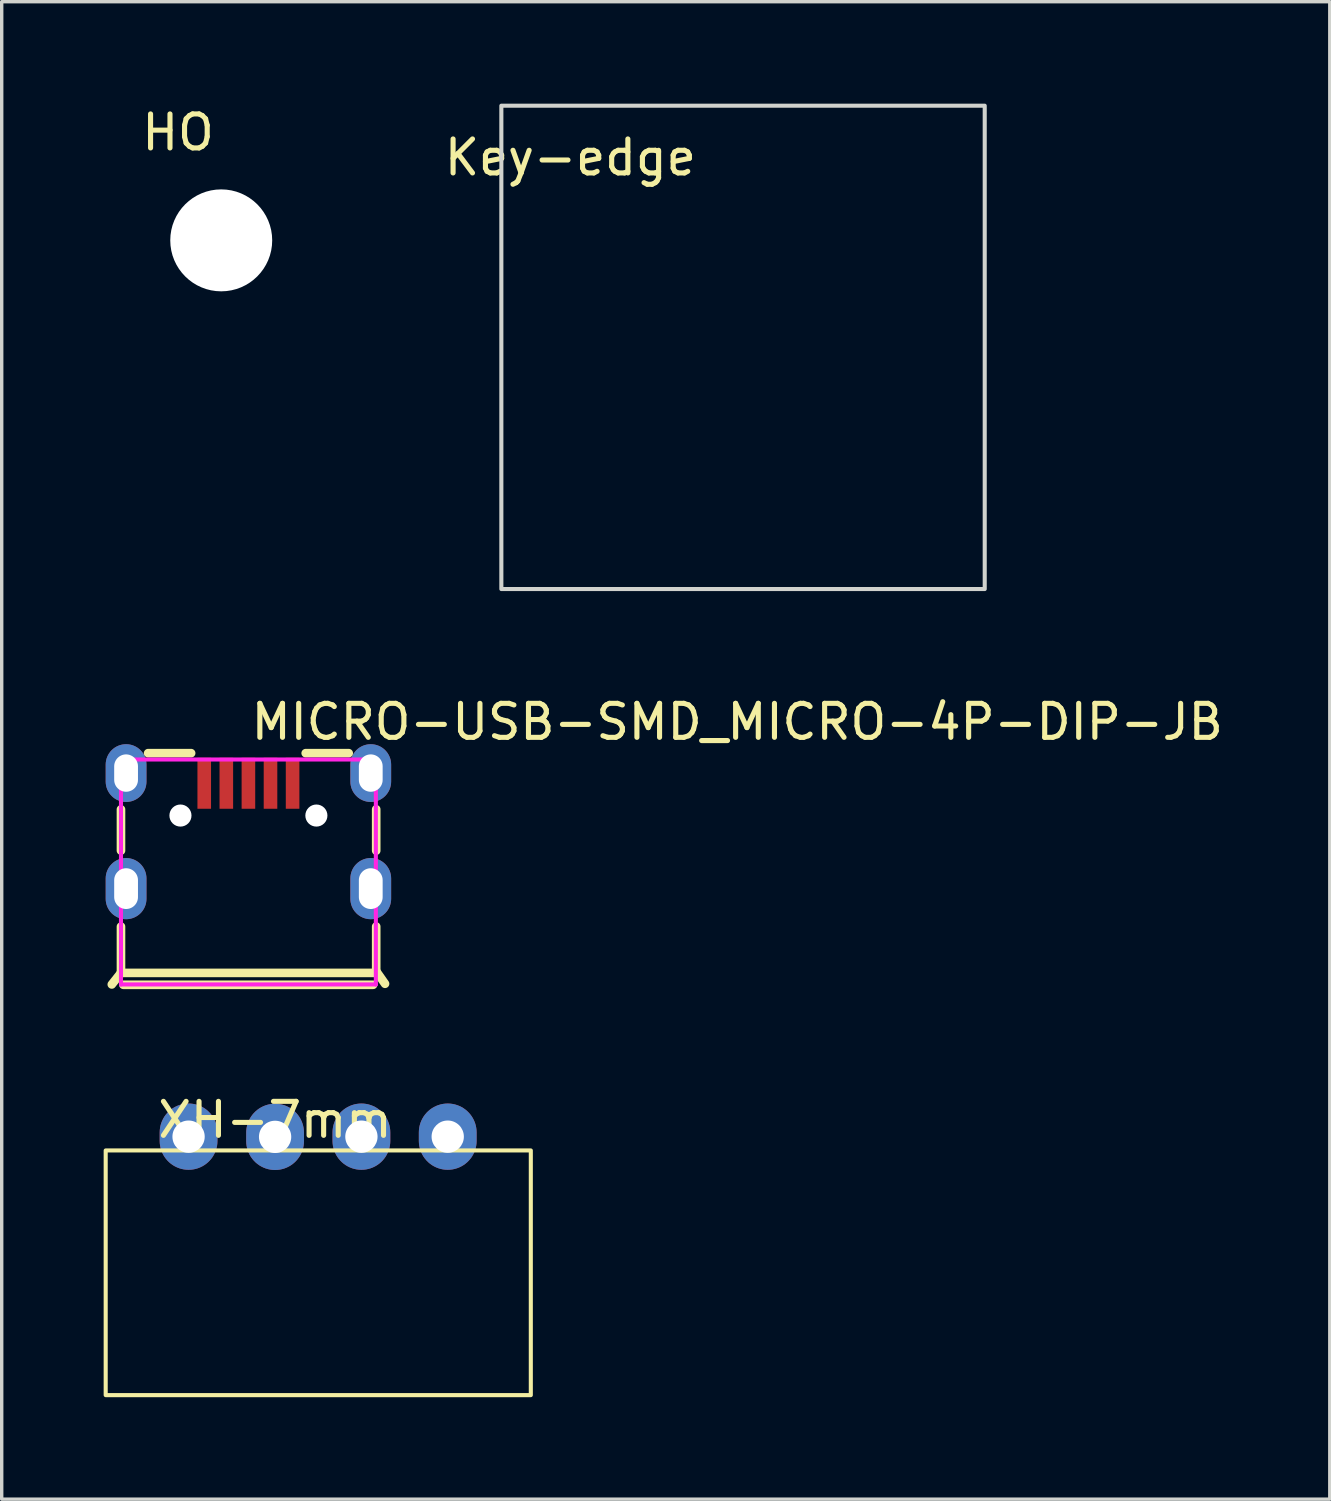
<source format=kicad_pcb>
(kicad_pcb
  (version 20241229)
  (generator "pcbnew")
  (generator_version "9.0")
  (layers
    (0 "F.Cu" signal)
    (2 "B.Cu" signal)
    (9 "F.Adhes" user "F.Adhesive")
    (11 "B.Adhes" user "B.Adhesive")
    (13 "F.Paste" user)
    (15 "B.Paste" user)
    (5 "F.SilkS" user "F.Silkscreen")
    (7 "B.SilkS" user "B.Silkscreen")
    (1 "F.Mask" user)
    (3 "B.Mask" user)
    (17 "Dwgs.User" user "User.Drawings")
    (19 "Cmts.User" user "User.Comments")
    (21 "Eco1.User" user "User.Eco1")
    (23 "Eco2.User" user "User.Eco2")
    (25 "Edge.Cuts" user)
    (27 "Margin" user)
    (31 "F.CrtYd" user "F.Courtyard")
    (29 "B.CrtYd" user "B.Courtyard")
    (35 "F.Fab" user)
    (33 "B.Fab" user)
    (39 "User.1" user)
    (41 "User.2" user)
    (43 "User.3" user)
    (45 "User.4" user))
  (footprint "HO"
    (layer "F.Cu")
    (at 3.46 4.023)
    (property "Reference" "HO" (at -1.27 -3.175 0) (unlocked yes) (layer "F.SilkS") (effects (font (size 1 1) (thickness 0.15))))
    (attr through_hole)
    (fp_circle (center 0 0) (end 3.4 0) (stroke (width 0.12) (type solid)) (fill yes) (layer "F.Mask"))
    (fp_circle (center 0 0) (end 3.4 0) (stroke (width 0.12) (type solid)) (fill yes) (layer "B.Mask"))
    (pad "" np_thru_hole circle (at 0 0) (size 3 3) (drill 3) (layers "*.Cu" "*.Mask")))
  (footprint "Key-edge"
    (layer "F.Cu")
    (at 18.815 7.172)
    (property "Reference" "Key-edge" (at -5.08 -5.588 0) (unlocked yes) (layer "F.SilkS") (effects (font (size 1 1) (thickness 0.15))))
    (attr board_only exclude_from_bom)
    (fp_rect (start -7.112 -7.112) (end 7.112 7.112) (stroke (width 0.12) (type solid)) (fill no) (layer "Edge.Cuts")))
  (footprint "XH-7mm"
    (layer "F.Cu")
    (at 5.045 30.404)
    (property "Reference" "XH-7mm" (at 0 -0.5 0) (unlocked yes) (layer "F.SilkS") (effects (font (size 1 1) (thickness 0.15))))
    (attr through_hole)
    (fp_rect (start 7.525 0.4) (end -4.985 7.6) (stroke (width 0.12) (type solid)) (fill no) (layer "F.SilkS"))
    (pad "1" thru_hole oval (at -2.546 -0.006) (size 1.7 1.95) (drill 0.95) (layers "*.Cu" "*.Mask"))
    (pad "2" thru_hole oval (at 0 0) (size 1.7 1.95) (drill 0.95) (layers "*.Cu" "*.Mask"))
    (pad "3" thru_hole oval (at 2.54 -0.006) (size 1.7 1.95) (drill 0.95) (layers "*.Cu" "*.Mask"))
    (pad "4" thru_hole oval (at 5.08 -0.006) (size 1.7 1.95) (drill 0.95) (layers "*.Cu" "*.Mask")))
  (footprint "MICRO-USB-SMD_MICRO-4P-DIP-JB"
    (layer "F.Cu")
    (at 4.26 21.399)
    (property "Reference" "MICRO-USB-SMD_MICRO-4P-DIP-JB" (at 0 -3.207 0) (layer "F.SilkS") (effects (font (size 1 1) (thickness 0.15)) (justify left)))
    (attr through_hole)
    (fp_line (start -3.75 -0.632) (end -3.75 0.582) (stroke (width 0.254) (type solid)) (layer "F.SilkS"))
    (fp_line (start -3.75 2.817) (end -3.75 4.18) (stroke (width 0.254) (type solid)) (layer "F.SilkS"))
    (fp_line (start -3.75 4.18) (end -4.02 4.52) (stroke (width 0.254) (type solid)) (layer "F.SilkS"))
    (fp_line (start -3.75 4.18) (end 3.76 4.18) (stroke (width 0.254) (type solid)) (layer "F.SilkS"))
    (fp_line (start -3.68 4.53) (end 3.67 4.53) (stroke (width 0.254) (type solid)) (layer "F.SilkS"))
    (fp_line (start -1.686 -2.286) (end -2.951 -2.286) (stroke (width 0.254) (type solid)) (layer "F.SilkS"))
    (fp_line (start 2.951 -2.286) (end 1.686 -2.286) (stroke (width 0.254) (type solid)) (layer "F.SilkS"))
    (fp_line (start 3.76 -0.634) (end 3.76 0.584) (stroke (width 0.254) (type solid)) (layer "F.SilkS"))
    (fp_line (start 3.76 2.815) (end 3.76 4.13) (stroke (width 0.254) (type solid)) (layer "F.SilkS"))
    (fp_line (start 3.76 4.13) (end 4.02 4.5) (stroke (width 0.254) (type solid)) (layer "F.SilkS"))
    (fp_poly (pts (xy -1.1 -0.65) (xy -1.1 -2.15) (xy -1.5 -2.15) (xy -1.5 -0.65)) (stroke (width 0.12) (type solid)) (fill yes) (layer "F.Paste"))
    (fp_poly (pts (xy -0.85 -2.15) (xy -0.85 -0.65) (xy -0.45 -0.65) (xy -0.45 -2.15)) (stroke (width 0.12) (type solid)) (fill yes) (layer "F.Paste"))
    (fp_poly (pts (xy 0.2 -0.65) (xy 0.2 -2.15) (xy -0.2 -2.15) (xy -0.2 -0.65)) (stroke (width 0.12) (type solid)) (fill yes) (layer "F.Paste"))
    (fp_poly (pts (xy 0.85 -0.65) (xy 0.85 -2.15) (xy 0.45 -2.15) (xy 0.45 -0.65)) (stroke (width 0.12) (type solid)) (fill yes) (layer "F.Paste"))
    (fp_poly (pts (xy 1.5 -0.65) (xy 1.5 -2.15) (xy 1.1 -2.15) (xy 1.1 -0.65)) (stroke (width 0.12) (type solid)) (fill yes) (layer "F.Paste"))
    (fp_poly (pts (xy -3.615 0.8) (xy -3.645 0.802) (xy -3.675 0.805) (xy -3.704 0.809) (xy -3.734 0.815) (xy -3.763 0.822) (xy -3.791 0.831) (xy -3.819 0.841) (xy -3.847 0.853) (xy -3.874 0.866) (xy -3.9 0.88) (xy -3.926 0.896) (xy -3.95 0.913) (xy -3.974 0.931) (xy -3.997 0.95) (xy -4.019 0.97) (xy -4.04 0.992) (xy -4.06 1.014) (xy -4.078 1.038) (xy -4.096 1.062) (xy -4.112 1.087) (xy -4.127 1.113) (xy -4.141 1.14) (xy -4.153 1.167) (xy -4.164 1.195) (xy -4.173 1.223) (xy -4.182 1.252) (xy -4.188 1.281) (xy -4.193 1.31) (xy -4.197 1.34) (xy -4.199 1.37) (xy -4.2 1.4) (xy -4.2 2) (xy -4.199 2.03) (xy -4.197 2.06) (xy -4.193 2.089) (xy -4.188 2.119) (xy -4.182 2.148) (xy -4.173 2.177) (xy -4.164 2.205) (xy -4.153 2.233) (xy -4.141 2.26) (xy -4.127 2.287) (xy -4.112 2.313) (xy -4.096 2.338) (xy -4.078 2.362) (xy -4.06 2.386) (xy -4.04 2.408) (xy -4.019 2.429) (xy -3.997 2.45) (xy -3.974 2.469) (xy -3.95 2.487) (xy -3.926 2.504) (xy -3.9 2.52) (xy -3.874 2.534) (xy -3.847 2.547) (xy -3.819 2.558) (xy -3.791 2.569) (xy -3.763 2.577) (xy -3.734 2.585) (xy -3.704 2.591) (xy -3.675 2.595) (xy -3.645 2.598) (xy -3.615 2.6) (xy -3.585 2.6) (xy -3.555 2.598) (xy -3.525 2.595) (xy -3.496 2.591) (xy -3.467 2.585) (xy -3.438 2.577) (xy -3.409 2.569) (xy -3.381 2.558) (xy -3.353 2.547) (xy -3.326 2.534) (xy -3.3 2.52) (xy -3.275 2.504) (xy -3.25 2.487) (xy -3.226 2.469) (xy -3.203 2.45) (xy -3.181 2.429) (xy -3.16 2.408) (xy -3.14 2.386) (xy -3.122 2.362) (xy -3.104 2.338) (xy -3.088 2.313) (xy -3.073 2.287) (xy -3.059 2.26) (xy -3.047 2.233) (xy -3.036 2.205) (xy -3.027 2.177) (xy -3.019 2.148) (xy -3.012 2.119) (xy -3.007 2.089) (xy -3.003 2.06) (xy -3.001 2.03) (xy -3 2) (xy -3 1.4) (xy -3.001 1.37) (xy -3.003 1.34) (xy -3.007 1.31) (xy -3.012 1.281) (xy -3.019 1.252) (xy -3.027 1.223) (xy -3.036 1.195) (xy -3.047 1.167) (xy -3.059 1.14) (xy -3.073 1.113) (xy -3.088 1.087) (xy -3.104 1.062) (xy -3.122 1.038) (xy -3.14 1.014) (xy -3.16 0.992) (xy -3.181 0.97) (xy -3.203 0.95) (xy -3.226 0.931) (xy -3.25 0.913) (xy -3.275 0.896) (xy -3.3 0.88) (xy -3.326 0.866) (xy -3.353 0.853) (xy -3.381 0.841) (xy -3.409 0.831) (xy -3.438 0.822) (xy -3.467 0.815) (xy -3.496 0.809) (xy -3.525 0.805) (xy -3.555 0.802) (xy -3.585 0.8)) (stroke (width 0.12) (type solid)) (fill yes) (layer "F.Paste"))
    (fp_poly (pts (xy -3.555 -2.548) (xy -3.585 -2.55) (xy -3.615 -2.55) (xy -3.645 -2.548) (xy -3.675 -2.545) (xy -3.704 -2.541) (xy -3.734 -2.535) (xy -3.763 -2.527) (xy -3.791 -2.519) (xy -3.819 -2.508) (xy -3.847 -2.497) (xy -3.874 -2.484) (xy -3.9 -2.47) (xy -3.926 -2.454) (xy -3.95 -2.437) (xy -3.974 -2.419) (xy -3.997 -2.4) (xy -4.019 -2.379) (xy -4.04 -2.358) (xy -4.06 -2.336) (xy -4.078 -2.312) (xy -4.096 -2.288) (xy -4.112 -2.263) (xy -4.127 -2.237) (xy -4.141 -2.21) (xy -4.153 -2.183) (xy -4.164 -2.155) (xy -4.173 -2.127) (xy -4.182 -2.098) (xy -4.188 -2.069) (xy -4.193 -2.039) (xy -4.197 -2.01) (xy -4.199 -1.98) (xy -4.2 -1.95) (xy -4.2 -1.45) (xy -4.199 -1.42) (xy -4.197 -1.39) (xy -4.193 -1.36) (xy -4.188 -1.331) (xy -4.182 -1.302) (xy -4.173 -1.273) (xy -4.164 -1.245) (xy -4.153 -1.217) (xy -4.141 -1.19) (xy -4.127 -1.163) (xy -4.112 -1.137) (xy -4.096 -1.112) (xy -4.078 -1.088) (xy -4.06 -1.064) (xy -4.04 -1.042) (xy -4.019 -1.02) (xy -3.997 -1) (xy -3.974 -0.981) (xy -3.95 -0.963) (xy -3.926 -0.946) (xy -3.9 -0.93) (xy -3.874 -0.916) (xy -3.847 -0.903) (xy -3.819 -0.891) (xy -3.791 -0.881) (xy -3.763 -0.872) (xy -3.734 -0.865) (xy -3.704 -0.859) (xy -3.675 -0.855) (xy -3.645 -0.852) (xy -3.615 -0.85) (xy -3.585 -0.85) (xy -3.555 -0.852) (xy -3.525 -0.855) (xy -3.496 -0.859) (xy -3.467 -0.865) (xy -3.438 -0.872) (xy -3.409 -0.881) (xy -3.381 -0.891) (xy -3.353 -0.903) (xy -3.326 -0.916) (xy -3.3 -0.93) (xy -3.275 -0.946) (xy -3.25 -0.963) (xy -3.226 -0.981) (xy -3.203 -1) (xy -3.181 -1.02) (xy -3.16 -1.042) (xy -3.14 -1.064) (xy -3.122 -1.088) (xy -3.104 -1.112) (xy -3.088 -1.137) (xy -3.073 -1.163) (xy -3.059 -1.19) (xy -3.047 -1.217) (xy -3.036 -1.245) (xy -3.027 -1.273) (xy -3.019 -1.302) (xy -3.012 -1.331) (xy -3.007 -1.36) (xy -3.003 -1.39) (xy -3.001 -1.42) (xy -3 -1.45) (xy -3 -1.95) (xy -3.001 -1.98) (xy -3.003 -2.01) (xy -3.007 -2.039) (xy -3.012 -2.069) (xy -3.019 -2.098) (xy -3.027 -2.127) (xy -3.036 -2.155) (xy -3.047 -2.183) (xy -3.059 -2.21) (xy -3.073 -2.237) (xy -3.088 -2.263) (xy -3.104 -2.288) (xy -3.122 -2.312) (xy -3.14 -2.336) (xy -3.16 -2.358) (xy -3.181 -2.379) (xy -3.203 -2.4) (xy -3.226 -2.419) (xy -3.25 -2.437) (xy -3.275 -2.454) (xy -3.3 -2.47) (xy -3.326 -2.484) (xy -3.353 -2.497) (xy -3.381 -2.508) (xy -3.409 -2.519) (xy -3.438 -2.527) (xy -3.467 -2.535) (xy -3.496 -2.541) (xy -3.525 -2.545)) (stroke (width 0.12) (type solid)) (fill yes) (layer "F.Paste"))
    (fp_poly (pts (xy 3.585 -2.55) (xy 3.555 -2.548) (xy 3.525 -2.545) (xy 3.496 -2.541) (xy 3.467 -2.535) (xy 3.438 -2.527) (xy 3.409 -2.519) (xy 3.381 -2.508) (xy 3.353 -2.497) (xy 3.326 -2.484) (xy 3.3 -2.47) (xy 3.275 -2.454) (xy 3.25 -2.437) (xy 3.226 -2.419) (xy 3.203 -2.4) (xy 3.181 -2.379) (xy 3.16 -2.358) (xy 3.14 -2.336) (xy 3.122 -2.312) (xy 3.104 -2.288) (xy 3.088 -2.263) (xy 3.073 -2.237) (xy 3.059 -2.21) (xy 3.047 -2.183) (xy 3.036 -2.155) (xy 3.027 -2.127) (xy 3.019 -2.098) (xy 3.012 -2.069) (xy 3.007 -2.039) (xy 3.003 -2.01) (xy 3.001 -1.98) (xy 3 -1.95) (xy 3 -1.45) (xy 3.001 -1.42) (xy 3.003 -1.39) (xy 3.007 -1.36) (xy 3.012 -1.331) (xy 3.019 -1.302) (xy 3.027 -1.273) (xy 3.036 -1.245) (xy 3.047 -1.217) (xy 3.059 -1.19) (xy 3.073 -1.163) (xy 3.088 -1.137) (xy 3.104 -1.112) (xy 3.122 -1.088) (xy 3.14 -1.064) (xy 3.16 -1.042) (xy 3.181 -1.02) (xy 3.203 -1) (xy 3.226 -0.981) (xy 3.25 -0.963) (xy 3.275 -0.946) (xy 3.3 -0.93) (xy 3.326 -0.916) (xy 3.353 -0.903) (xy 3.381 -0.891) (xy 3.409 -0.881) (xy 3.438 -0.872) (xy 3.467 -0.865) (xy 3.496 -0.859) (xy 3.525 -0.855) (xy 3.555 -0.852) (xy 3.585 -0.85) (xy 3.615 -0.85) (xy 3.645 -0.852) (xy 3.675 -0.855) (xy 3.704 -0.859) (xy 3.734 -0.865) (xy 3.763 -0.872) (xy 3.791 -0.881) (xy 3.819 -0.891) (xy 3.847 -0.903) (xy 3.874 -0.916) (xy 3.9 -0.93) (xy 3.926 -0.946) (xy 3.95 -0.963) (xy 3.974 -0.981) (xy 3.997 -1) (xy 4.019 -1.02) (xy 4.04 -1.042) (xy 4.06 -1.064) (xy 4.078 -1.088) (xy 4.096 -1.112) (xy 4.112 -1.137) (xy 4.127 -1.163) (xy 4.141 -1.19) (xy 4.153 -1.217) (xy 4.164 -1.245) (xy 4.173 -1.273) (xy 4.182 -1.302) (xy 4.188 -1.331) (xy 4.193 -1.36) (xy 4.197 -1.39) (xy 4.199 -1.42) (xy 4.2 -1.45) (xy 4.2 -1.95) (xy 4.199 -1.98) (xy 4.197 -2.01) (xy 4.193 -2.039) (xy 4.188 -2.069) (xy 4.182 -2.098) (xy 4.173 -2.127) (xy 4.164 -2.155) (xy 4.153 -2.183) (xy 4.141 -2.21) (xy 4.127 -2.237) (xy 4.112 -2.263) (xy 4.096 -2.288) (xy 4.078 -2.312) (xy 4.06 -2.336) (xy 4.04 -2.358) (xy 4.019 -2.379) (xy 3.997 -2.4) (xy 3.974 -2.419) (xy 3.95 -2.437) (xy 3.926 -2.454) (xy 3.9 -2.47) (xy 3.874 -2.484) (xy 3.847 -2.497) (xy 3.819 -2.508) (xy 3.791 -2.519) (xy 3.763 -2.527) (xy 3.734 -2.535) (xy 3.704 -2.541) (xy 3.675 -2.545) (xy 3.645 -2.548) (xy 3.615 -2.55)) (stroke (width 0.12) (type solid)) (fill yes) (layer "F.Paste"))
    (fp_poly (pts (xy 3.645 0.802) (xy 3.615 0.8) (xy 3.585 0.8) (xy 3.555 0.802) (xy 3.525 0.805) (xy 3.496 0.809) (xy 3.467 0.815) (xy 3.438 0.822) (xy 3.409 0.831) (xy 3.381 0.841) (xy 3.353 0.853) (xy 3.326 0.866) (xy 3.3 0.88) (xy 3.275 0.896) (xy 3.25 0.913) (xy 3.226 0.931) (xy 3.203 0.95) (xy 3.181 0.97) (xy 3.16 0.992) (xy 3.14 1.014) (xy 3.122 1.038) (xy 3.104 1.062) (xy 3.088 1.087) (xy 3.073 1.113) (xy 3.059 1.14) (xy 3.047 1.167) (xy 3.036 1.195) (xy 3.027 1.223) (xy 3.019 1.252) (xy 3.012 1.281) (xy 3.007 1.31) (xy 3.003 1.34) (xy 3.001 1.37) (xy 3 1.4) (xy 3 2) (xy 3.001 2.03) (xy 3.003 2.06) (xy 3.007 2.089) (xy 3.012 2.119) (xy 3.019 2.148) (xy 3.027 2.177) (xy 3.036 2.205) (xy 3.047 2.233) (xy 3.059 2.26) (xy 3.073 2.287) (xy 3.088 2.313) (xy 3.104 2.338) (xy 3.122 2.362) (xy 3.14 2.386) (xy 3.16 2.408) (xy 3.181 2.429) (xy 3.203 2.45) (xy 3.226 2.469) (xy 3.25 2.487) (xy 3.275 2.504) (xy 3.3 2.52) (xy 3.326 2.534) (xy 3.353 2.547) (xy 3.381 2.558) (xy 3.409 2.569) (xy 3.438 2.577) (xy 3.467 2.585) (xy 3.496 2.591) (xy 3.525 2.595) (xy 3.555 2.598) (xy 3.585 2.6) (xy 3.615 2.6) (xy 3.645 2.598) (xy 3.675 2.595) (xy 3.704 2.591) (xy 3.734 2.585) (xy 3.763 2.577) (xy 3.791 2.569) (xy 3.819 2.558) (xy 3.847 2.547) (xy 3.874 2.534) (xy 3.9 2.52) (xy 3.926 2.504) (xy 3.95 2.487) (xy 3.974 2.469) (xy 3.997 2.45) (xy 4.019 2.429) (xy 4.04 2.408) (xy 4.06 2.386) (xy 4.078 2.362) (xy 4.096 2.338) (xy 4.112 2.313) (xy 4.127 2.287) (xy 4.141 2.26) (xy 4.153 2.233) (xy 4.164 2.205) (xy 4.173 2.177) (xy 4.182 2.148) (xy 4.188 2.119) (xy 4.193 2.089) (xy 4.197 2.06) (xy 4.199 2.03) (xy 4.2 2) (xy 4.2 1.4) (xy 4.199 1.37) (xy 4.197 1.34) (xy 4.193 1.31) (xy 4.188 1.281) (xy 4.182 1.252) (xy 4.173 1.223) (xy 4.164 1.195) (xy 4.153 1.167) (xy 4.141 1.14) (xy 4.127 1.113) (xy 4.112 1.087) (xy 4.096 1.062) (xy 4.078 1.038) (xy 4.06 1.014) (xy 4.04 0.992) (xy 4.019 0.97) (xy 3.997 0.95) (xy 3.974 0.931) (xy 3.95 0.913) (xy 3.926 0.896) (xy 3.9 0.88) (xy 3.874 0.866) (xy 3.847 0.853) (xy 3.819 0.841) (xy 3.791 0.831) (xy 3.763 0.822) (xy 3.734 0.815) (xy 3.704 0.809) (xy 3.675 0.805)) (stroke (width 0.12) (type solid)) (fill yes) (layer "F.Paste"))
    (fp_circle (center -2 -0.45) (end -1.887 -0.45) (stroke (width 0.226) (type solid)) (fill no) (layer "Dwgs.User"))
    (fp_circle (center 2 -0.45) (end 2.113 -0.45) (stroke (width 0.226) (type solid)) (fill no) (layer "Dwgs.User"))
    (fp_circle (center -3.75 -2.1) (end -3.72 -2.1) (stroke (width 0.06) (type solid)) (fill no) (layer "Eco2.User"))
    (fp_poly (pts (xy -3.45 -1.3) (xy -3.75 -1.3) (xy -3.75 -2.1) (xy -3.45 -2.1)) (stroke (width 0.12) (type solid)) (fill no) (layer "Eco2.User"))
    (fp_poly (pts (xy -3.45 2.15) (xy -3.75 2.15) (xy -3.75 1.25) (xy -3.45 1.25)) (stroke (width 0.12) (type solid)) (fill no) (layer "Eco2.User"))
    (fp_poly (pts (xy -1.175 -0.7) (xy -1.425 -0.7) (xy -1.425 -1.65) (xy -1.175 -1.65)) (stroke (width 0.12) (type solid)) (fill no) (layer "Eco2.User"))
    (fp_poly (pts (xy -0.525 -0.7) (xy -0.775 -0.7) (xy -0.775 -1.65) (xy -0.525 -1.65)) (stroke (width 0.12) (type solid)) (fill no) (layer "Eco2.User"))
    (fp_poly (pts (xy 0.125 -0.7) (xy -0.125 -0.7) (xy -0.125 -1.65) (xy 0.125 -1.65)) (stroke (width 0.12) (type solid)) (fill no) (layer "Eco2.User"))
    (fp_poly (pts (xy 0.775 -0.7) (xy 0.525 -0.7) (xy 0.525 -1.65) (xy 0.775 -1.65)) (stroke (width 0.12) (type solid)) (fill no) (layer "Eco2.User"))
    (fp_poly (pts (xy 1.425 -0.7) (xy 1.175 -0.7) (xy 1.175 -1.65) (xy 1.425 -1.65)) (stroke (width 0.12) (type solid)) (fill no) (layer "Eco2.User"))
    (fp_poly (pts (xy 3.75 -1.3) (xy 3.45 -1.3) (xy 3.45 -2.1) (xy 3.75 -2.1)) (stroke (width 0.12) (type solid)) (fill no) (layer "Eco2.User"))
    (fp_poly (pts (xy 3.75 2.15) (xy 3.45 2.15) (xy 3.45 1.25) (xy 3.75 1.25)) (stroke (width 0.12) (type solid)) (fill no) (layer "Eco2.User"))
    (fp_line (start -3.75 -2.1) (end 3.75 -2.1) (stroke (width 0.12) (type solid)) (layer "F.CrtYd"))
    (fp_line (start -3.75 4.52) (end -3.75 -2.1) (stroke (width 0.12) (type solid)) (layer "F.CrtYd"))
    (fp_line (start 3.75 -2.1) (end 3.75 4.52) (stroke (width 0.12) (type solid)) (layer "F.CrtYd"))
    (fp_line (start 3.75 4.52) (end -3.75 4.52) (stroke (width 0.12) (type solid)) (layer "F.CrtYd"))
    (pad "" np_thru_hole circle (at -2 -0.45) (size 0.65 0.65) (drill 0.65) (layers "*.Cu" "*.Mask"))
    (pad "" np_thru_hole circle (at 2 -0.45) (size 0.65 0.65) (drill 0.65) (layers "*.Cu" "*.Mask"))
    (pad "1" smd rect (at -1.3 -1.4 180) (size 0.4 1.5) (layers "F.Cu" "F.Mask" "F.Paste"))
    (pad "2" smd rect (at -0.65 -1.4 180) (size 0.4 1.5) (layers "F.Cu" "F.Mask" "F.Paste"))
    (pad "3" smd rect (at 0 -1.4 180) (size 0.4 1.5) (layers "F.Cu" "F.Mask" "F.Paste"))
    (pad "4" smd rect (at 0.65 -1.4 180) (size 0.4 1.5) (layers "F.Cu" "F.Mask" "F.Paste"))
    (pad "5" smd rect (at 1.3 -1.4 180) (size 0.4 1.5) (layers "F.Cu" "F.Mask" "F.Paste"))
    (pad "6" thru_hole oval (at -3.6 -1.7 180) (size 1.2 1.7) (drill oval 0.7 1.1) (layers "*.Cu" "*.Mask"))
    (pad "6" thru_hole oval (at -3.6 1.7 180) (size 1.2 1.8) (drill oval 0.7 1.2) (layers "*.Cu" "*.Mask"))
    (pad "6" thru_hole oval (at 3.6 -1.7 180) (size 1.2 1.7) (drill oval 0.7 1.1) (layers "*.Cu" "*.Mask"))
    (pad "6" thru_hole oval (at 3.6 1.7 180) (size 1.2 1.8) (drill oval 0.7 1.2) (layers "*.Cu" "*.Mask")))
  (gr_rect
    (start -3 -3)
    (end 36.081 41.065)
    (stroke (width 0.1) (type default))
    (fill no)
    (layer "Edge.Cuts")))
</source>
